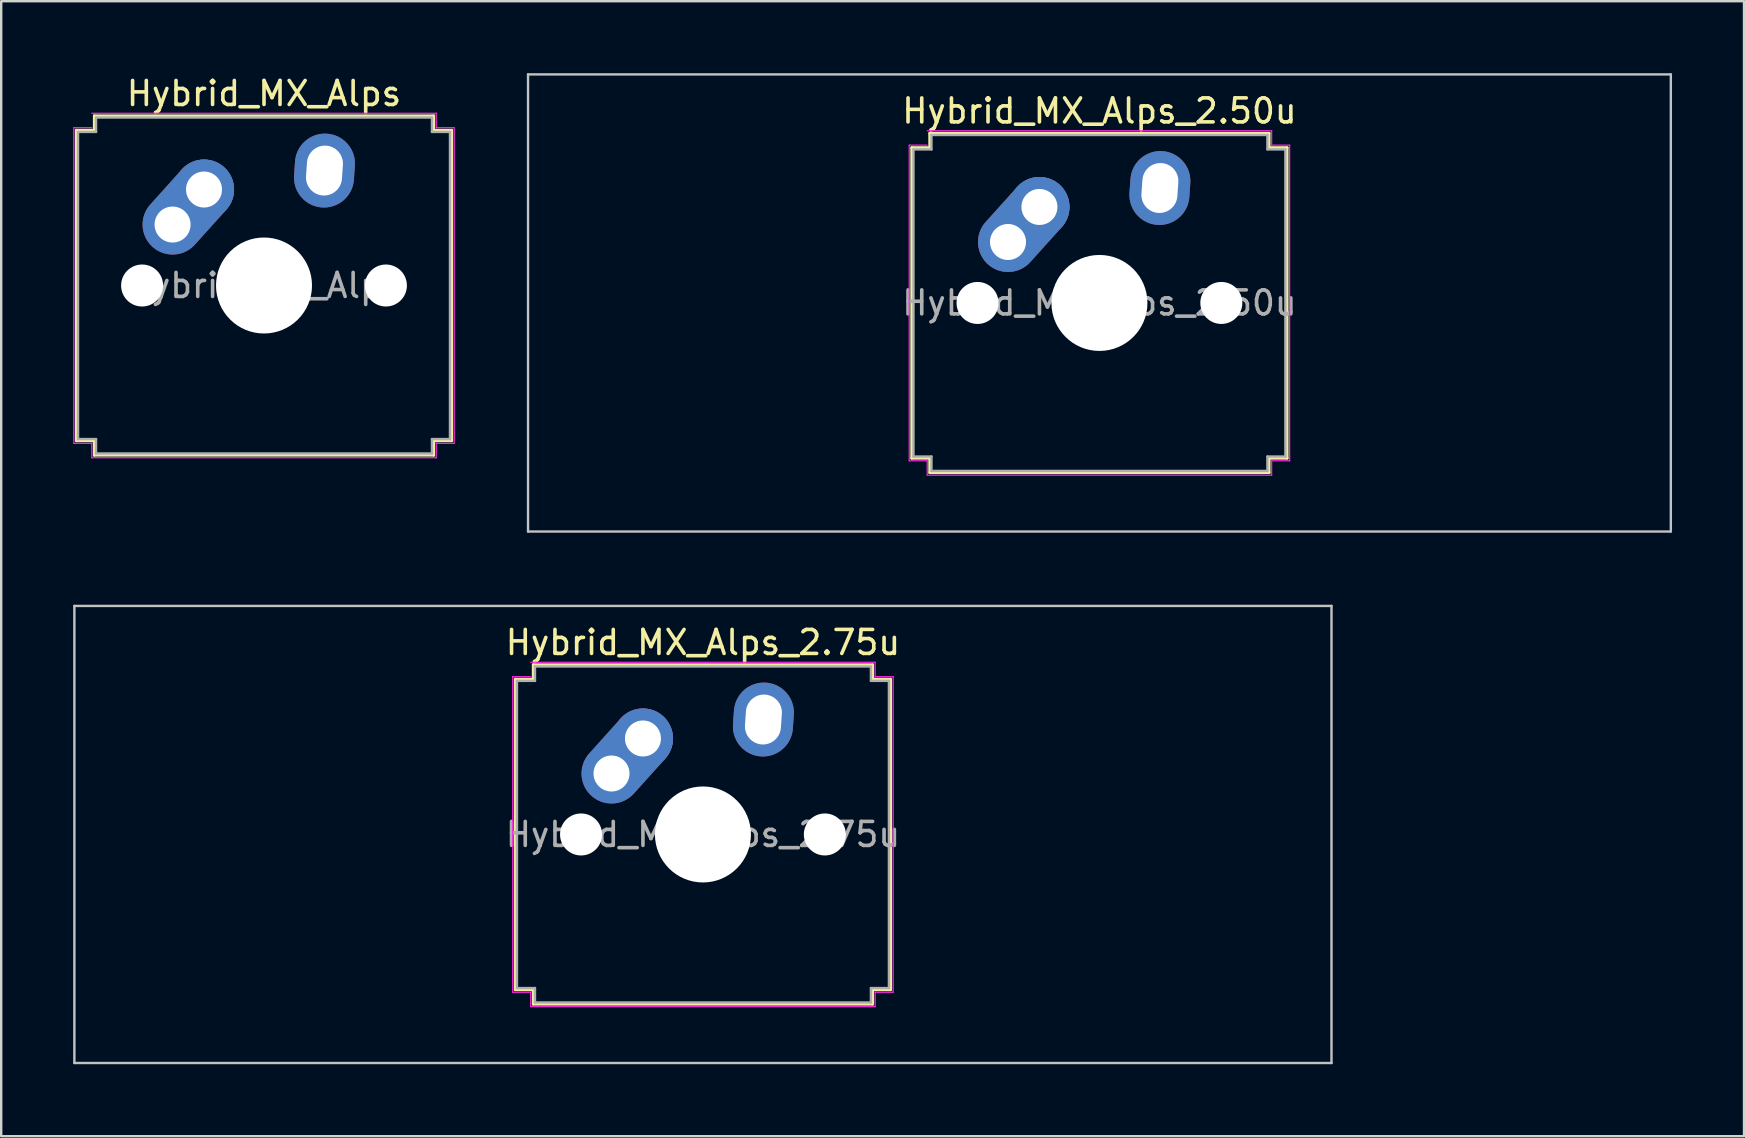
<source format=kicad_pcb>
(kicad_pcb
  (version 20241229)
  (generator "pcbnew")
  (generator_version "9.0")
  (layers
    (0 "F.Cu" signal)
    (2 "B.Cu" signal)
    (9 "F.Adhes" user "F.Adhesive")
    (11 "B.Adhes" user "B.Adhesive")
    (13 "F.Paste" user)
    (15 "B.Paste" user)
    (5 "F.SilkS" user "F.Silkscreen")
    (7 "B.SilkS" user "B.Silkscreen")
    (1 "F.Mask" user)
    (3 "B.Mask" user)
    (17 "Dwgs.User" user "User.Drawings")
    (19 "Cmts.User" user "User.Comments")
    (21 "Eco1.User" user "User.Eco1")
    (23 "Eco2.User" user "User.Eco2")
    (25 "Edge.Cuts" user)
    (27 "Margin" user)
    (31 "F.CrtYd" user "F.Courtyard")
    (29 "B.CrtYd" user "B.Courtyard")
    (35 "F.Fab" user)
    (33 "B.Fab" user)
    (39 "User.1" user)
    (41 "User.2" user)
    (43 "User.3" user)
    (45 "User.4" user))
  (footprint "Hybrid_MX_Alps"
    (layer "F.Cu")
    (at 7.952 8.848)
    (property "Reference" "Hybrid_MX_Alps" (at 0 -8 0) (layer "F.SilkS") (effects (font (size 1 1) (thickness 0.15))))
    (attr through_hole)
    (fp_line (start -7.821 -6.471) (end -7.071 -6.471) (stroke (width 0.12) (type solid)) (layer "F.SilkS"))
    (fp_line (start -7.821 6.471) (end -7.821 -6.471) (stroke (width 0.12) (type solid)) (layer "F.SilkS"))
    (fp_line (start -7.071 -7.071) (end 7.071 -7.071) (stroke (width 0.12) (type solid)) (layer "F.SilkS"))
    (fp_line (start -7.071 -6.471) (end -7.071 -7.071) (stroke (width 0.12) (type solid)) (layer "F.SilkS"))
    (fp_line (start -7.071 6.471) (end -7.821 6.471) (stroke (width 0.12) (type solid)) (layer "F.SilkS"))
    (fp_line (start -7.071 7.071) (end -7.071 6.471) (stroke (width 0.12) (type solid)) (layer "F.SilkS"))
    (fp_line (start 7.071 -7.071) (end 7.071 -6.471) (stroke (width 0.12) (type solid)) (layer "F.SilkS"))
    (fp_line (start 7.071 -6.471) (end 7.821 -6.471) (stroke (width 0.12) (type solid)) (layer "F.SilkS"))
    (fp_line (start 7.071 6.471) (end 7.071 7.071) (stroke (width 0.12) (type solid)) (layer "F.SilkS"))
    (fp_line (start 7.071 7.071) (end -7.071 7.071) (stroke (width 0.12) (type solid)) (layer "F.SilkS"))
    (fp_line (start 7.821 -6.471) (end 7.821 6.471) (stroke (width 0.12) (type solid)) (layer "F.SilkS"))
    (fp_line (start 7.821 6.471) (end 7.071 6.471) (stroke (width 0.12) (type solid)) (layer "F.SilkS"))
    (fp_line (start -7.927 -6.577) (end -7.177 -6.577) (stroke (width 0.05) (type solid)) (layer "F.CrtYd"))
    (fp_line (start -7.927 6.577) (end -7.927 -6.577) (stroke (width 0.05) (type solid)) (layer "F.CrtYd"))
    (fp_line (start -7.177 -7.177) (end 7.177 -7.177) (stroke (width 0.05) (type solid)) (layer "F.CrtYd"))
    (fp_line (start -7.177 6.577) (end -7.927 6.577) (stroke (width 0.05) (type solid)) (layer "F.CrtYd"))
    (fp_line (start -7.177 7.177) (end -7.177 6.577) (stroke (width 0.05) (type solid)) (layer "F.CrtYd"))
    (fp_line (start 7.177 -7.177) (end 7.177 -6.577) (stroke (width 0.05) (type solid)) (layer "F.CrtYd"))
    (fp_line (start 7.177 -6.577) (end 7.927 -6.577) (stroke (width 0.05) (type solid)) (layer "F.CrtYd"))
    (fp_line (start 7.177 6.577) (end 7.177 7.177) (stroke (width 0.05) (type solid)) (layer "F.CrtYd"))
    (fp_line (start 7.177 7.177) (end -7.177 7.177) (stroke (width 0.05) (type solid)) (layer "F.CrtYd"))
    (fp_line (start 7.927 -6.577) (end 7.927 6.577) (stroke (width 0.05) (type solid)) (layer "F.CrtYd"))
    (fp_line (start 7.927 6.577) (end 7.177 6.577) (stroke (width 0.05) (type solid)) (layer "F.CrtYd"))
    (fp_line (start -7.75 -6.4) (end -7 -6.4) (stroke (width 0.1) (type solid)) (layer "F.Fab"))
    (fp_line (start -7.75 6.4) (end -7.75 -6.4) (stroke (width 0.1) (type solid)) (layer "F.Fab"))
    (fp_line (start -7 -7) (end 7 -7) (stroke (width 0.1) (type solid)) (layer "F.Fab"))
    (fp_line (start -7 -6.4) (end -7 -7) (stroke (width 0.1) (type solid)) (layer "F.Fab"))
    (fp_line (start -7 6.4) (end -7.75 6.4) (stroke (width 0.1) (type solid)) (layer "F.Fab"))
    (fp_line (start -7 7) (end -7 6.4) (stroke (width 0.1) (type solid)) (layer "F.Fab"))
    (fp_line (start 7 -7) (end 7 -6.4) (stroke (width 0.1) (type solid)) (layer "F.Fab"))
    (fp_line (start 7 -6.4) (end 7.75 -6.4) (stroke (width 0.1) (type solid)) (layer "F.Fab"))
    (fp_line (start 7 6.4) (end 7 7) (stroke (width 0.1) (type solid)) (layer "F.Fab"))
    (fp_line (start 7 7) (end -7 7) (stroke (width 0.1) (type solid)) (layer "F.Fab"))
    (fp_line (start 7.75 -6.4) (end 7.75 6.4) (stroke (width 0.1) (type solid)) (layer "F.Fab"))
    (fp_line (start 7.75 6.4) (end 7 6.4) (stroke (width 0.1) (type solid)) (layer "F.Fab"))
    (fp_text user "${REFERENCE}" (at 0 0 0) (layer "F.Fab") (effects (font (size 1 1) (thickness 0.15))))
    (pad "" np_thru_hole circle (at -5.08 0) (size 1.75 1.75) (drill 1.75) (layers "*.Cu" "*.Mask"))
    (pad "" np_thru_hole circle (at 0 0) (size 4 4) (drill 4) (layers "*.Cu" "*.Mask"))
    (pad "" np_thru_hole circle (at 5.08 0) (size 1.75 1.75) (drill 1.75) (layers "*.Cu" "*.Mask"))
    (pad "1" thru_hole oval (at -3.81 -2.54 48) (size 4.462 2.5) (drill 1.5 (offset 0.981 0)) (layers "*.Cu" "*.Mask"))
    (pad "1" thru_hole circle (at -2.5 -4) (size 2.5 2.5) (drill 1.5) (layers "*.Cu" "*.Mask"))
    (pad "2" thru_hole oval (at 2.52 -4.79 86) (size 3.081 2.5) (drill oval 2.081 1.5) (layers "*.Cu" "*.Mask")))
  (footprint "Hybrid_MX_Alps_2.75u"
    (layer "F.Cu")
    (at 26.244 31.725)
    (property "Reference" "Hybrid_MX_Alps_2.75u" (at 0 -8 0) (layer "F.SilkS") (effects (font (size 1 1) (thickness 0.15))))
    (attr through_hole)
    (fp_line (start -7.821 -6.471) (end -7.071 -6.471) (stroke (width 0.12) (type solid)) (layer "F.SilkS"))
    (fp_line (start -7.821 6.471) (end -7.821 -6.471) (stroke (width 0.12) (type solid)) (layer "F.SilkS"))
    (fp_line (start -7.071 -7.071) (end 7.071 -7.071) (stroke (width 0.12) (type solid)) (layer "F.SilkS"))
    (fp_line (start -7.071 -6.471) (end -7.071 -7.071) (stroke (width 0.12) (type solid)) (layer "F.SilkS"))
    (fp_line (start -7.071 6.471) (end -7.821 6.471) (stroke (width 0.12) (type solid)) (layer "F.SilkS"))
    (fp_line (start -7.071 7.071) (end -7.071 6.471) (stroke (width 0.12) (type solid)) (layer "F.SilkS"))
    (fp_line (start 7.071 -7.071) (end 7.071 -6.471) (stroke (width 0.12) (type solid)) (layer "F.SilkS"))
    (fp_line (start 7.071 -6.471) (end 7.821 -6.471) (stroke (width 0.12) (type solid)) (layer "F.SilkS"))
    (fp_line (start 7.071 6.471) (end 7.071 7.071) (stroke (width 0.12) (type solid)) (layer "F.SilkS"))
    (fp_line (start 7.071 7.071) (end -7.071 7.071) (stroke (width 0.12) (type solid)) (layer "F.SilkS"))
    (fp_line (start 7.821 -6.471) (end 7.821 6.471) (stroke (width 0.12) (type solid)) (layer "F.SilkS"))
    (fp_line (start 7.821 6.471) (end 7.071 6.471) (stroke (width 0.12) (type solid)) (layer "F.SilkS"))
    (fp_line (start -26.194 -9.525) (end -26.194 9.525) (stroke (width 0.1) (type solid)) (layer "Dwgs.User"))
    (fp_line (start -26.194 9.525) (end 26.194 9.525) (stroke (width 0.1) (type solid)) (layer "Dwgs.User"))
    (fp_line (start 26.194 -9.525) (end -26.194 -9.525) (stroke (width 0.1) (type solid)) (layer "Dwgs.User"))
    (fp_line (start 26.194 9.525) (end 26.194 -9.525) (stroke (width 0.1) (type solid)) (layer "Dwgs.User"))
    (fp_line (start -7.927 -6.577) (end -7.177 -6.577) (stroke (width 0.05) (type solid)) (layer "F.CrtYd"))
    (fp_line (start -7.927 6.577) (end -7.927 -6.577) (stroke (width 0.05) (type solid)) (layer "F.CrtYd"))
    (fp_line (start -7.177 -7.177) (end 7.177 -7.177) (stroke (width 0.05) (type solid)) (layer "F.CrtYd"))
    (fp_line (start -7.177 6.577) (end -7.927 6.577) (stroke (width 0.05) (type solid)) (layer "F.CrtYd"))
    (fp_line (start -7.177 7.177) (end -7.177 6.577) (stroke (width 0.05) (type solid)) (layer "F.CrtYd"))
    (fp_line (start 7.177 -7.177) (end 7.177 -6.577) (stroke (width 0.05) (type solid)) (layer "F.CrtYd"))
    (fp_line (start 7.177 -6.577) (end 7.927 -6.577) (stroke (width 0.05) (type solid)) (layer "F.CrtYd"))
    (fp_line (start 7.177 6.577) (end 7.177 7.177) (stroke (width 0.05) (type solid)) (layer "F.CrtYd"))
    (fp_line (start 7.177 7.177) (end -7.177 7.177) (stroke (width 0.05) (type solid)) (layer "F.CrtYd"))
    (fp_line (start 7.927 -6.577) (end 7.927 6.577) (stroke (width 0.05) (type solid)) (layer "F.CrtYd"))
    (fp_line (start 7.927 6.577) (end 7.177 6.577) (stroke (width 0.05) (type solid)) (layer "F.CrtYd"))
    (fp_line (start -7.75 -6.4) (end -7 -6.4) (stroke (width 0.1) (type solid)) (layer "F.Fab"))
    (fp_line (start -7.75 6.4) (end -7.75 -6.4) (stroke (width 0.1) (type solid)) (layer "F.Fab"))
    (fp_line (start -7 -7) (end 7 -7) (stroke (width 0.1) (type solid)) (layer "F.Fab"))
    (fp_line (start -7 -6.4) (end -7 -7) (stroke (width 0.1) (type solid)) (layer "F.Fab"))
    (fp_line (start -7 6.4) (end -7.75 6.4) (stroke (width 0.1) (type solid)) (layer "F.Fab"))
    (fp_line (start -7 7) (end -7 6.4) (stroke (width 0.1) (type solid)) (layer "F.Fab"))
    (fp_line (start 7 -7) (end 7 -6.4) (stroke (width 0.1) (type solid)) (layer "F.Fab"))
    (fp_line (start 7 -6.4) (end 7.75 -6.4) (stroke (width 0.1) (type solid)) (layer "F.Fab"))
    (fp_line (start 7 6.4) (end 7 7) (stroke (width 0.1) (type solid)) (layer "F.Fab"))
    (fp_line (start 7 7) (end -7 7) (stroke (width 0.1) (type solid)) (layer "F.Fab"))
    (fp_line (start 7.75 -6.4) (end 7.75 6.4) (stroke (width 0.1) (type solid)) (layer "F.Fab"))
    (fp_line (start 7.75 6.4) (end 7 6.4) (stroke (width 0.1) (type solid)) (layer "F.Fab"))
    (fp_text user "${REFERENCE}" (at 0 0 0) (layer "F.Fab") (effects (font (size 1 1) (thickness 0.15))))
    (pad "" np_thru_hole circle (at -5.08 0) (size 1.75 1.75) (drill 1.75) (layers "*.Cu" "*.Mask"))
    (pad "" np_thru_hole circle (at 0 0) (size 4 4) (drill 4) (layers "*.Cu" "*.Mask"))
    (pad "" np_thru_hole circle (at 5.08 0) (size 1.75 1.75) (drill 1.75) (layers "*.Cu" "*.Mask"))
    (pad "1" thru_hole oval (at -3.81 -2.54 48) (size 4.462 2.5) (drill 1.5 (offset 0.981 0)) (layers "*.Cu" "*.Mask"))
    (pad "1" thru_hole circle (at -2.5 -4) (size 2.5 2.5) (drill 1.5) (layers "*.Cu" "*.Mask"))
    (pad "2" thru_hole oval (at 2.52 -4.79 86) (size 3.081 2.5) (drill oval 2.081 1.5) (layers "*.Cu" "*.Mask")))
  (footprint "Hybrid_MX_Alps_2.50u"
    (layer "F.Cu")
    (at 42.767 9.575)
    (property "Reference" "Hybrid_MX_Alps_2.50u" (at 0 -8 0) (layer "F.SilkS") (effects (font (size 1 1) (thickness 0.15))))
    (attr through_hole)
    (fp_line (start -7.821 -6.471) (end -7.071 -6.471) (stroke (width 0.12) (type solid)) (layer "F.SilkS"))
    (fp_line (start -7.821 6.471) (end -7.821 -6.471) (stroke (width 0.12) (type solid)) (layer "F.SilkS"))
    (fp_line (start -7.071 -7.071) (end 7.071 -7.071) (stroke (width 0.12) (type solid)) (layer "F.SilkS"))
    (fp_line (start -7.071 -6.471) (end -7.071 -7.071) (stroke (width 0.12) (type solid)) (layer "F.SilkS"))
    (fp_line (start -7.071 6.471) (end -7.821 6.471) (stroke (width 0.12) (type solid)) (layer "F.SilkS"))
    (fp_line (start -7.071 7.071) (end -7.071 6.471) (stroke (width 0.12) (type solid)) (layer "F.SilkS"))
    (fp_line (start 7.071 -7.071) (end 7.071 -6.471) (stroke (width 0.12) (type solid)) (layer "F.SilkS"))
    (fp_line (start 7.071 -6.471) (end 7.821 -6.471) (stroke (width 0.12) (type solid)) (layer "F.SilkS"))
    (fp_line (start 7.071 6.471) (end 7.071 7.071) (stroke (width 0.12) (type solid)) (layer "F.SilkS"))
    (fp_line (start 7.071 7.071) (end -7.071 7.071) (stroke (width 0.12) (type solid)) (layer "F.SilkS"))
    (fp_line (start 7.821 -6.471) (end 7.821 6.471) (stroke (width 0.12) (type solid)) (layer "F.SilkS"))
    (fp_line (start 7.821 6.471) (end 7.071 6.471) (stroke (width 0.12) (type solid)) (layer "F.SilkS"))
    (fp_line (start -23.812 -9.525) (end -23.812 9.525) (stroke (width 0.1) (type solid)) (layer "Dwgs.User"))
    (fp_line (start -23.812 9.525) (end 23.812 9.525) (stroke (width 0.1) (type solid)) (layer "Dwgs.User"))
    (fp_line (start 23.812 -9.525) (end -23.812 -9.525) (stroke (width 0.1) (type solid)) (layer "Dwgs.User"))
    (fp_line (start 23.812 9.525) (end 23.812 -9.525) (stroke (width 0.1) (type solid)) (layer "Dwgs.User"))
    (fp_line (start -7.927 -6.577) (end -7.177 -6.577) (stroke (width 0.05) (type solid)) (layer "F.CrtYd"))
    (fp_line (start -7.927 6.577) (end -7.927 -6.577) (stroke (width 0.05) (type solid)) (layer "F.CrtYd"))
    (fp_line (start -7.177 -7.177) (end 7.177 -7.177) (stroke (width 0.05) (type solid)) (layer "F.CrtYd"))
    (fp_line (start -7.177 6.577) (end -7.927 6.577) (stroke (width 0.05) (type solid)) (layer "F.CrtYd"))
    (fp_line (start -7.177 7.177) (end -7.177 6.577) (stroke (width 0.05) (type solid)) (layer "F.CrtYd"))
    (fp_line (start 7.177 -7.177) (end 7.177 -6.577) (stroke (width 0.05) (type solid)) (layer "F.CrtYd"))
    (fp_line (start 7.177 -6.577) (end 7.927 -6.577) (stroke (width 0.05) (type solid)) (layer "F.CrtYd"))
    (fp_line (start 7.177 6.577) (end 7.177 7.177) (stroke (width 0.05) (type solid)) (layer "F.CrtYd"))
    (fp_line (start 7.177 7.177) (end -7.177 7.177) (stroke (width 0.05) (type solid)) (layer "F.CrtYd"))
    (fp_line (start 7.927 -6.577) (end 7.927 6.577) (stroke (width 0.05) (type solid)) (layer "F.CrtYd"))
    (fp_line (start 7.927 6.577) (end 7.177 6.577) (stroke (width 0.05) (type solid)) (layer "F.CrtYd"))
    (fp_line (start -7.75 -6.4) (end -7 -6.4) (stroke (width 0.1) (type solid)) (layer "F.Fab"))
    (fp_line (start -7.75 6.4) (end -7.75 -6.4) (stroke (width 0.1) (type solid)) (layer "F.Fab"))
    (fp_line (start -7 -7) (end 7 -7) (stroke (width 0.1) (type solid)) (layer "F.Fab"))
    (fp_line (start -7 -6.4) (end -7 -7) (stroke (width 0.1) (type solid)) (layer "F.Fab"))
    (fp_line (start -7 6.4) (end -7.75 6.4) (stroke (width 0.1) (type solid)) (layer "F.Fab"))
    (fp_line (start -7 7) (end -7 6.4) (stroke (width 0.1) (type solid)) (layer "F.Fab"))
    (fp_line (start 7 -7) (end 7 -6.4) (stroke (width 0.1) (type solid)) (layer "F.Fab"))
    (fp_line (start 7 -6.4) (end 7.75 -6.4) (stroke (width 0.1) (type solid)) (layer "F.Fab"))
    (fp_line (start 7 6.4) (end 7 7) (stroke (width 0.1) (type solid)) (layer "F.Fab"))
    (fp_line (start 7 7) (end -7 7) (stroke (width 0.1) (type solid)) (layer "F.Fab"))
    (fp_line (start 7.75 -6.4) (end 7.75 6.4) (stroke (width 0.1) (type solid)) (layer "F.Fab"))
    (fp_line (start 7.75 6.4) (end 7 6.4) (stroke (width 0.1) (type solid)) (layer "F.Fab"))
    (fp_text user "${REFERENCE}" (at 0 0 0) (layer "F.Fab") (effects (font (size 1 1) (thickness 0.15))))
    (pad "" np_thru_hole circle (at -5.08 0) (size 1.75 1.75) (drill 1.75) (layers "*.Cu" "*.Mask"))
    (pad "" np_thru_hole circle (at 0 0) (size 4 4) (drill 4) (layers "*.Cu" "*.Mask"))
    (pad "" np_thru_hole circle (at 5.08 0) (size 1.75 1.75) (drill 1.75) (layers "*.Cu" "*.Mask"))
    (pad "1" thru_hole oval (at -3.81 -2.54 48) (size 4.462 2.5) (drill 1.5 (offset 0.981 0)) (layers "*.Cu" "*.Mask"))
    (pad "1" thru_hole circle (at -2.5 -4) (size 2.5 2.5) (drill 1.5) (layers "*.Cu" "*.Mask"))
    (pad "2" thru_hole oval (at 2.52 -4.79 86) (size 3.081 2.5) (drill oval 2.081 1.5) (layers "*.Cu" "*.Mask")))
  (gr_rect
    (start -3 -3)
    (end 69.629 44.3)
    (stroke (width 0.1) (type default))
    (fill no)
    (layer "Edge.Cuts")))
</source>
